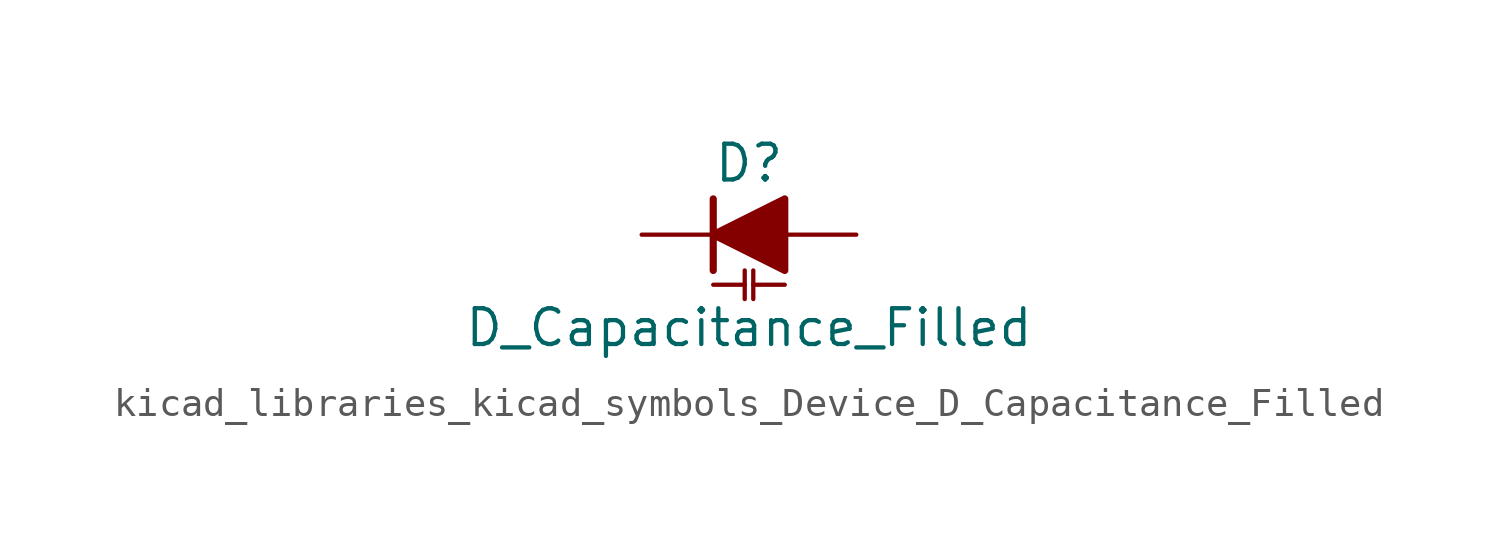
<source format=kicad_sym>
(kicad_symbol_lib
  (version 20220914)
  (generator kicad_symbol_editor)
  (symbol "kicad_libraries_kicad_symbols_Device_D_Capacitance_Filled"
    (pin_numbers hide)
    (pin_names
      (offset 1.016) hide)
    (property "Reference" "D"
      (at 0 2.54 0)
      (effects (font (size 1.27 1.27))))
    (property "Value" "D_Capacitance_Filled"
      (at 0 -3.302 0)
      (effects (font (size 1.27 1.27))))
    (symbol "kicad_libraries_kicad_symbols_Device_D_Capacitance_Filled_0_1"
      (polyline (pts (xy -1.27 -1.778) (xy -0.152 -1.778)) (stroke (width 0) (type default)) (fill (type none)))
      (polyline (pts (xy -1.27 0) (xy 1.27 0)) (stroke (width 0) (type default)) (fill (type none)))
      (polyline (pts (xy -1.27 1.27) (xy -1.27 -1.27)) (stroke (width 0.254) (type default)) (fill (type none)))
      (polyline (pts (xy -0.152 -1.27) (xy -0.152 -2.286)) (stroke (width 0) (type default)) (fill (type none)))
      (polyline (pts (xy 0.152 -1.778) (xy 1.27 -1.778)) (stroke (width 0) (type default)) (fill (type none)))
      (polyline (pts (xy 0.152 -1.27) (xy 0.152 -2.286)) (stroke (width 0) (type default)) (fill (type none)))
      (polyline (pts (xy 1.27 1.27) (xy 1.27 -1.27) (xy -1.27 0) (xy 1.27 1.27)) (stroke (width 0.254) (type default)) (fill (type outline))))
    (symbol "kicad_libraries_kicad_symbols_Device_D_Capacitance_Filled_1_1"
      (pin passive line (at -3.81 0 0) (length 2.54) (name "K" (effects (font (size 1.27 1.27)))) (number "1" (effects (font (size 1.27 1.27)))))
      (pin passive line (at 3.81 0 180) (length 2.54) (name "A" (effects (font (size 1.27 1.27)))) (number "2" (effects (font (size 1.27 1.27))))))))
</source>
